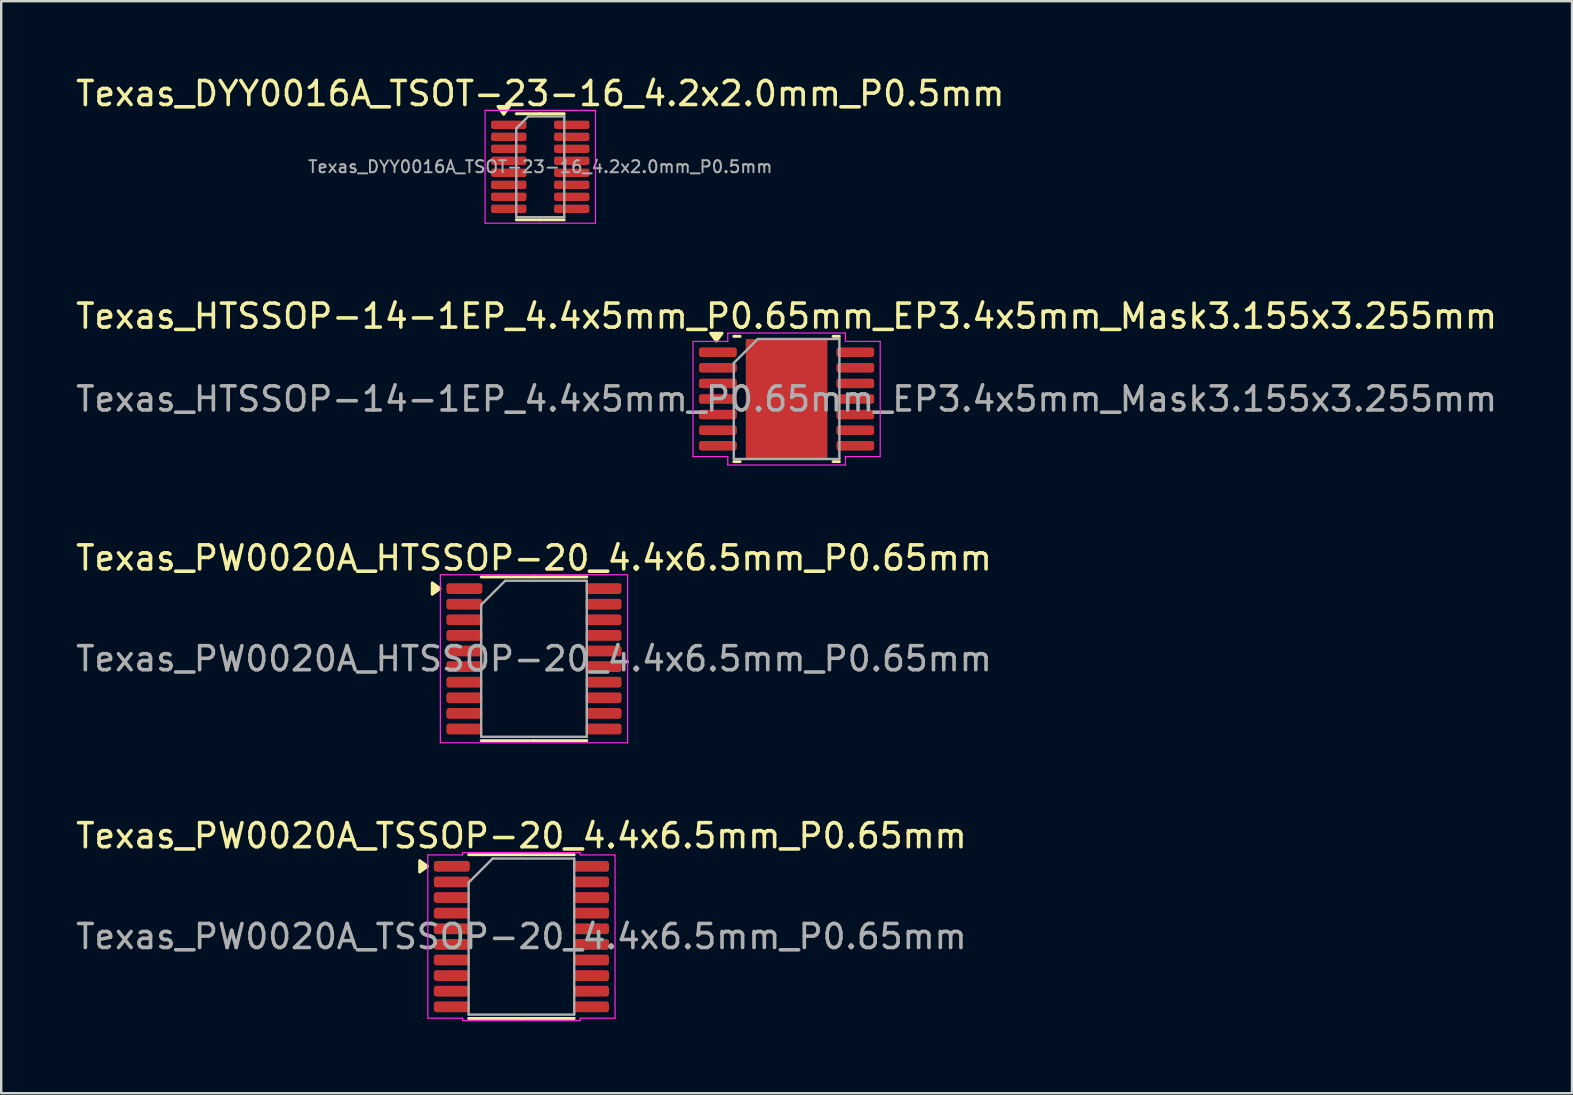
<source format=kicad_pcb>
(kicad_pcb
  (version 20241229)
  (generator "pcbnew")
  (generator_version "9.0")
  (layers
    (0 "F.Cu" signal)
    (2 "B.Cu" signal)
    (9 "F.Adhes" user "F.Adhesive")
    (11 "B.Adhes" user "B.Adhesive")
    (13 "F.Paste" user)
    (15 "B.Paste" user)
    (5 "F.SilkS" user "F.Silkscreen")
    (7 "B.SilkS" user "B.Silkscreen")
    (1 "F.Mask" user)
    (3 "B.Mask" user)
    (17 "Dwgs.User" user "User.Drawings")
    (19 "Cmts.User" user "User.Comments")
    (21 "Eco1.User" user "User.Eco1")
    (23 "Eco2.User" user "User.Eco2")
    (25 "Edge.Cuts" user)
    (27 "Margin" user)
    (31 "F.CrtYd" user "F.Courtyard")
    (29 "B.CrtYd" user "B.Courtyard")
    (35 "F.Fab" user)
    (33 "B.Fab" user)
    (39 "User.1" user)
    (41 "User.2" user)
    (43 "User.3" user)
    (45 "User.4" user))
  (footprint "Texas_PW0020A_TSSOP-20_4.4x6.5mm_P0.65mm"
    (layer "F.Cu")
    (at 18.673 35.968)
    (property "Reference" "Texas_PW0020A_TSSOP-20_4.4x6.5mm_P0.65mm" (at 0 -4.2 0) (layer "F.SilkS") (effects (font (size 1 1) (thickness 0.15))))
    (attr smd)
    (fp_line (start 0 -3.41) (end -2.2 -3.41) (stroke (width 0.12) (type solid)) (layer "F.SilkS"))
    (fp_line (start 0 -3.41) (end 2.2 -3.41) (stroke (width 0.12) (type solid)) (layer "F.SilkS"))
    (fp_line (start 0 3.41) (end -2.2 3.41) (stroke (width 0.12) (type solid)) (layer "F.SilkS"))
    (fp_line (start 0 3.41) (end 2.2 3.41) (stroke (width 0.12) (type solid)) (layer "F.SilkS"))
    (fp_poly (pts (xy -3.91 -2.925) (xy -4.24 -2.685) (xy -4.24 -3.165)) (stroke (width 0.12) (type solid)) (fill yes) (layer "F.SilkS"))
    (fp_line (start -3.9 -3.4) (end -2.45 -3.4) (stroke (width 0.05) (type solid)) (layer "F.CrtYd"))
    (fp_line (start -3.9 3.4) (end -3.9 -3.4) (stroke (width 0.05) (type solid)) (layer "F.CrtYd"))
    (fp_line (start -2.45 -3.5) (end 2.45 -3.5) (stroke (width 0.05) (type solid)) (layer "F.CrtYd"))
    (fp_line (start -2.45 -3.4) (end -2.45 -3.5) (stroke (width 0.05) (type solid)) (layer "F.CrtYd"))
    (fp_line (start -2.45 3.4) (end -3.9 3.4) (stroke (width 0.05) (type solid)) (layer "F.CrtYd"))
    (fp_line (start -2.45 3.5) (end -2.45 3.4) (stroke (width 0.05) (type solid)) (layer "F.CrtYd"))
    (fp_line (start 2.45 -3.5) (end 2.45 -3.4) (stroke (width 0.05) (type solid)) (layer "F.CrtYd"))
    (fp_line (start 2.45 -3.4) (end 3.9 -3.4) (stroke (width 0.05) (type solid)) (layer "F.CrtYd"))
    (fp_line (start 2.45 3.4) (end 2.45 3.5) (stroke (width 0.05) (type solid)) (layer "F.CrtYd"))
    (fp_line (start 2.45 3.5) (end -2.45 3.5) (stroke (width 0.05) (type solid)) (layer "F.CrtYd"))
    (fp_line (start 3.9 -3.4) (end 3.9 3.4) (stroke (width 0.05) (type solid)) (layer "F.CrtYd"))
    (fp_line (start 3.9 3.4) (end 2.45 3.4) (stroke (width 0.05) (type solid)) (layer "F.CrtYd"))
    (fp_line (start -2.2 -2.25) (end -1.2 -3.25) (stroke (width 0.1) (type solid)) (layer "F.Fab"))
    (fp_line (start -2.2 3.25) (end -2.2 -2.25) (stroke (width 0.1) (type solid)) (layer "F.Fab"))
    (fp_line (start -1.2 -3.25) (end 2.2 -3.25) (stroke (width 0.1) (type solid)) (layer "F.Fab"))
    (fp_line (start 2.2 -3.25) (end 2.2 3.25) (stroke (width 0.1) (type solid)) (layer "F.Fab"))
    (fp_line (start 2.2 3.25) (end -2.2 3.25) (stroke (width 0.1) (type solid)) (layer "F.Fab"))
    (fp_text user "${REFERENCE}" (at 0 0 0) (layer "F.Fab") (effects (font (size 1 1) (thickness 0.15))))
    (pad "1" smd roundrect (at -2.9 -2.925) (size 1.5 0.45) (layers "F.Cu" "F.Mask" "F.Paste") (roundrect_rratio 0.25))
    (pad "2" smd roundrect (at -2.9 -2.275) (size 1.5 0.45) (layers "F.Cu" "F.Mask" "F.Paste") (roundrect_rratio 0.25))
    (pad "3" smd roundrect (at -2.9 -1.625) (size 1.5 0.45) (layers "F.Cu" "F.Mask" "F.Paste") (roundrect_rratio 0.25))
    (pad "4" smd roundrect (at -2.9 -0.975) (size 1.5 0.45) (layers "F.Cu" "F.Mask" "F.Paste") (roundrect_rratio 0.25))
    (pad "5" smd roundrect (at -2.9 -0.325) (size 1.5 0.45) (layers "F.Cu" "F.Mask" "F.Paste") (roundrect_rratio 0.25))
    (pad "6" smd roundrect (at -2.9 0.325) (size 1.5 0.45) (layers "F.Cu" "F.Mask" "F.Paste") (roundrect_rratio 0.25))
    (pad "7" smd roundrect (at -2.9 0.975) (size 1.5 0.45) (layers "F.Cu" "F.Mask" "F.Paste") (roundrect_rratio 0.25))
    (pad "8" smd roundrect (at -2.9 1.625) (size 1.5 0.45) (layers "F.Cu" "F.Mask" "F.Paste") (roundrect_rratio 0.25))
    (pad "9" smd roundrect (at -2.9 2.275) (size 1.5 0.45) (layers "F.Cu" "F.Mask" "F.Paste") (roundrect_rratio 0.25))
    (pad "10" smd roundrect (at -2.9 2.925) (size 1.5 0.45) (layers "F.Cu" "F.Mask" "F.Paste") (roundrect_rratio 0.25))
    (pad "11" smd roundrect (at 2.9 2.925) (size 1.5 0.45) (layers "F.Cu" "F.Mask" "F.Paste") (roundrect_rratio 0.25))
    (pad "12" smd roundrect (at 2.9 2.275) (size 1.5 0.45) (layers "F.Cu" "F.Mask" "F.Paste") (roundrect_rratio 0.25))
    (pad "13" smd roundrect (at 2.9 1.625) (size 1.5 0.45) (layers "F.Cu" "F.Mask" "F.Paste") (roundrect_rratio 0.25))
    (pad "14" smd roundrect (at 2.9 0.975) (size 1.5 0.45) (layers "F.Cu" "F.Mask" "F.Paste") (roundrect_rratio 0.25))
    (pad "15" smd roundrect (at 2.9 0.325) (size 1.5 0.45) (layers "F.Cu" "F.Mask" "F.Paste") (roundrect_rratio 0.25))
    (pad "16" smd roundrect (at 2.9 -0.325) (size 1.5 0.45) (layers "F.Cu" "F.Mask" "F.Paste") (roundrect_rratio 0.25))
    (pad "17" smd roundrect (at 2.9 -0.975) (size 1.5 0.45) (layers "F.Cu" "F.Mask" "F.Paste") (roundrect_rratio 0.25))
    (pad "18" smd roundrect (at 2.9 -1.625) (size 1.5 0.45) (layers "F.Cu" "F.Mask" "F.Paste") (roundrect_rratio 0.25))
    (pad "19" smd roundrect (at 2.9 -2.275) (size 1.5 0.45) (layers "F.Cu" "F.Mask" "F.Paste") (roundrect_rratio 0.25))
    (pad "20" smd roundrect (at 2.9 -2.925) (size 1.5 0.45) (layers "F.Cu" "F.Mask" "F.Paste") (roundrect_rratio 0.25)))
  (footprint "Texas_PW0020A_HTSSOP-20_4.4x6.5mm_P0.65mm"
    (layer "F.Cu")
    (at 19.196 24.395)
    (property "Reference" "Texas_PW0020A_HTSSOP-20_4.4x6.5mm_P0.65mm" (at 0 -4.2 0) (layer "F.SilkS") (effects (font (size 1 1) (thickness 0.15))))
    (attr smd)
    (fp_line (start 0 -3.41) (end -2.2 -3.41) (stroke (width 0.12) (type solid)) (layer "F.SilkS"))
    (fp_line (start 0 -3.41) (end 2.2 -3.41) (stroke (width 0.12) (type solid)) (layer "F.SilkS"))
    (fp_line (start 0 3.41) (end -2.2 3.41) (stroke (width 0.12) (type solid)) (layer "F.SilkS"))
    (fp_line (start 0 3.41) (end 2.2 3.41) (stroke (width 0.12) (type solid)) (layer "F.SilkS"))
    (fp_poly (pts (xy -3.91 -2.925) (xy -4.24 -3.165) (xy -4.24 -2.685) (xy -3.91 -2.925)) (stroke (width 0.12) (type solid)) (fill yes) (layer "F.SilkS"))
    (fp_line (start -3.9 -3.5) (end -3.9 3.5) (stroke (width 0.05) (type solid)) (layer "F.CrtYd"))
    (fp_line (start -3.9 3.5) (end 3.9 3.5) (stroke (width 0.05) (type solid)) (layer "F.CrtYd"))
    (fp_line (start 3.9 -3.5) (end -3.9 -3.5) (stroke (width 0.05) (type solid)) (layer "F.CrtYd"))
    (fp_line (start 3.9 3.5) (end 3.9 -3.5) (stroke (width 0.05) (type solid)) (layer "F.CrtYd"))
    (fp_line (start -2.2 -2.25) (end -1.2 -3.25) (stroke (width 0.1) (type solid)) (layer "F.Fab"))
    (fp_line (start -2.2 3.25) (end -2.2 -2.25) (stroke (width 0.1) (type solid)) (layer "F.Fab"))
    (fp_line (start -1.2 -3.25) (end 2.2 -3.25) (stroke (width 0.1) (type solid)) (layer "F.Fab"))
    (fp_line (start 2.2 -3.25) (end 2.2 3.25) (stroke (width 0.1) (type solid)) (layer "F.Fab"))
    (fp_line (start 2.2 3.25) (end -2.2 3.25) (stroke (width 0.1) (type solid)) (layer "F.Fab"))
    (fp_text user "${REFERENCE}" (at 0 0 0) (layer "F.Fab") (effects (font (size 1 1) (thickness 0.15))))
    (pad "1" smd roundrect (at -2.9 -2.925) (size 1.5 0.45) (layers "F.Cu" "F.Mask" "F.Paste") (roundrect_rratio 0.25))
    (pad "2" smd roundrect (at -2.9 -2.275) (size 1.5 0.45) (layers "F.Cu" "F.Mask" "F.Paste") (roundrect_rratio 0.25))
    (pad "3" smd roundrect (at -2.9 -1.625) (size 1.5 0.45) (layers "F.Cu" "F.Mask" "F.Paste") (roundrect_rratio 0.25))
    (pad "4" smd roundrect (at -2.9 -0.975) (size 1.5 0.45) (layers "F.Cu" "F.Mask" "F.Paste") (roundrect_rratio 0.25))
    (pad "5" smd roundrect (at -2.9 -0.325) (size 1.5 0.45) (layers "F.Cu" "F.Mask" "F.Paste") (roundrect_rratio 0.25))
    (pad "6" smd roundrect (at -2.9 0.325) (size 1.5 0.45) (layers "F.Cu" "F.Mask" "F.Paste") (roundrect_rratio 0.25))
    (pad "7" smd roundrect (at -2.9 0.975) (size 1.5 0.45) (layers "F.Cu" "F.Mask" "F.Paste") (roundrect_rratio 0.25))
    (pad "8" smd roundrect (at -2.9 1.625) (size 1.5 0.45) (layers "F.Cu" "F.Mask" "F.Paste") (roundrect_rratio 0.25))
    (pad "9" smd roundrect (at -2.9 2.275) (size 1.5 0.45) (layers "F.Cu" "F.Mask" "F.Paste") (roundrect_rratio 0.25))
    (pad "10" smd roundrect (at -2.9 2.925) (size 1.5 0.45) (layers "F.Cu" "F.Mask" "F.Paste") (roundrect_rratio 0.25))
    (pad "11" smd roundrect (at 2.9 2.925) (size 1.5 0.45) (layers "F.Cu" "F.Mask" "F.Paste") (roundrect_rratio 0.25))
    (pad "12" smd roundrect (at 2.9 2.275) (size 1.5 0.45) (layers "F.Cu" "F.Mask" "F.Paste") (roundrect_rratio 0.25))
    (pad "13" smd roundrect (at 2.9 1.625) (size 1.5 0.45) (layers "F.Cu" "F.Mask" "F.Paste") (roundrect_rratio 0.25))
    (pad "14" smd roundrect (at 2.9 0.975) (size 1.5 0.45) (layers "F.Cu" "F.Mask" "F.Paste") (roundrect_rratio 0.25))
    (pad "15" smd roundrect (at 2.9 0.325) (size 1.5 0.45) (layers "F.Cu" "F.Mask" "F.Paste") (roundrect_rratio 0.25))
    (pad "16" smd roundrect (at 2.9 -0.325) (size 1.5 0.45) (layers "F.Cu" "F.Mask" "F.Paste") (roundrect_rratio 0.25))
    (pad "17" smd roundrect (at 2.9 -0.975) (size 1.5 0.45) (layers "F.Cu" "F.Mask" "F.Paste") (roundrect_rratio 0.25))
    (pad "18" smd roundrect (at 2.9 -1.625) (size 1.5 0.45) (layers "F.Cu" "F.Mask" "F.Paste") (roundrect_rratio 0.25))
    (pad "19" smd roundrect (at 2.9 -2.275) (size 1.5 0.45) (layers "F.Cu" "F.Mask" "F.Paste") (roundrect_rratio 0.25))
    (pad "20" smd roundrect (at 2.9 -2.925) (size 1.5 0.45) (layers "F.Cu" "F.Mask" "F.Paste") (roundrect_rratio 0.25)))
  (footprint "Texas_HTSSOP-14-1EP_4.4x5mm_P0.65mm_EP3.4x5mm_Mask3.155x3.255mm"
    (layer "F.Cu")
    (at 29.72 13.572)
    (property "Reference" "Texas_HTSSOP-14-1EP_4.4x5mm_P0.65mm_EP3.4x5mm_Mask3.155x3.255mm" (at 0 -3.45 0) (layer "F.SilkS") (effects (font (size 1 1) (thickness 0.15))))
    (attr smd)
    (fp_line (start -1.936 -2.61) (end -2.2 -2.61) (stroke (width 0.12) (type solid)) (layer "F.SilkS"))
    (fp_line (start -1.936 2.61) (end -2.2 2.61) (stroke (width 0.12) (type solid)) (layer "F.SilkS"))
    (fp_line (start 1.936 -2.61) (end 2.2 -2.61) (stroke (width 0.12) (type solid)) (layer "F.SilkS"))
    (fp_line (start 1.936 2.61) (end 2.2 2.61) (stroke (width 0.12) (type solid)) (layer "F.SilkS"))
    (fp_poly (pts (xy -2.925 -2.41) (xy -3.165 -2.74) (xy -2.685 -2.74)) (stroke (width 0.12) (type solid)) (fill yes) (layer "F.SilkS"))
    (fp_line (start -3.9 -2.4) (end -2.45 -2.4) (stroke (width 0.05) (type solid)) (layer "F.CrtYd"))
    (fp_line (start -3.9 2.4) (end -3.9 -2.4) (stroke (width 0.05) (type solid)) (layer "F.CrtYd"))
    (fp_line (start -2.45 -2.75) (end 2.45 -2.75) (stroke (width 0.05) (type solid)) (layer "F.CrtYd"))
    (fp_line (start -2.45 -2.4) (end -2.45 -2.75) (stroke (width 0.05) (type solid)) (layer "F.CrtYd"))
    (fp_line (start -2.45 2.4) (end -3.9 2.4) (stroke (width 0.05) (type solid)) (layer "F.CrtYd"))
    (fp_line (start -2.45 2.75) (end -2.45 2.4) (stroke (width 0.05) (type solid)) (layer "F.CrtYd"))
    (fp_line (start 2.45 -2.75) (end 2.45 -2.4) (stroke (width 0.05) (type solid)) (layer "F.CrtYd"))
    (fp_line (start 2.45 -2.4) (end 3.9 -2.4) (stroke (width 0.05) (type solid)) (layer "F.CrtYd"))
    (fp_line (start 2.45 2.4) (end 2.45 2.75) (stroke (width 0.05) (type solid)) (layer "F.CrtYd"))
    (fp_line (start 2.45 2.75) (end -2.45 2.75) (stroke (width 0.05) (type solid)) (layer "F.CrtYd"))
    (fp_line (start 3.9 -2.4) (end 3.9 2.4) (stroke (width 0.05) (type solid)) (layer "F.CrtYd"))
    (fp_line (start 3.9 2.4) (end 2.45 2.4) (stroke (width 0.05) (type solid)) (layer "F.CrtYd"))
    (fp_line (start -2.2 -1.5) (end -1.2 -2.5) (stroke (width 0.1) (type solid)) (layer "F.Fab"))
    (fp_line (start -2.2 2.5) (end -2.2 -1.5) (stroke (width 0.1) (type solid)) (layer "F.Fab"))
    (fp_line (start -1.2 -2.5) (end 2.2 -2.5) (stroke (width 0.1) (type solid)) (layer "F.Fab"))
    (fp_line (start 2.2 -2.5) (end 2.2 2.5) (stroke (width 0.1) (type solid)) (layer "F.Fab"))
    (fp_line (start 2.2 2.5) (end -2.2 2.5) (stroke (width 0.1) (type solid)) (layer "F.Fab"))
    (fp_text user "${REFERENCE}" (at 0 0 0) (layer "F.Fab") (effects (font (size 1 1) (thickness 0.15))))
    (pad "" smd roundrect (at -0.79 -0.815) (size 1.27 1.31) (layers "F.Paste") (roundrect_rratio 0.197))
    (pad "" smd roundrect (at -0.79 0.815) (size 1.27 1.31) (layers "F.Paste") (roundrect_rratio 0.197))
    (pad "" smd rect (at 0 0) (size 3.155 3.255) (layers "F.Mask"))
    (pad "" smd roundrect (at 0.79 -0.815) (size 1.27 1.31) (layers "F.Paste") (roundrect_rratio 0.197))
    (pad "" smd roundrect (at 0.79 0.815) (size 1.27 1.31) (layers "F.Paste") (roundrect_rratio 0.197))
    (pad "1" smd roundrect (at -2.862 -1.95) (size 1.575 0.4) (layers "F.Cu" "F.Mask" "F.Paste") (roundrect_rratio 0.25))
    (pad "2" smd roundrect (at -2.862 -1.3) (size 1.575 0.4) (layers "F.Cu" "F.Mask" "F.Paste") (roundrect_rratio 0.25))
    (pad "3" smd roundrect (at -2.862 -0.65) (size 1.575 0.4) (layers "F.Cu" "F.Mask" "F.Paste") (roundrect_rratio 0.25))
    (pad "4" smd roundrect (at -2.862 0) (size 1.575 0.4) (layers "F.Cu" "F.Mask" "F.Paste") (roundrect_rratio 0.25))
    (pad "5" smd roundrect (at -2.862 0.65) (size 1.575 0.4) (layers "F.Cu" "F.Mask" "F.Paste") (roundrect_rratio 0.25))
    (pad "6" smd roundrect (at -2.862 1.3) (size 1.575 0.4) (layers "F.Cu" "F.Mask" "F.Paste") (roundrect_rratio 0.25))
    (pad "7" smd roundrect (at -2.862 1.95) (size 1.575 0.4) (layers "F.Cu" "F.Mask" "F.Paste") (roundrect_rratio 0.25))
    (pad "8" smd roundrect (at 2.862 1.95) (size 1.575 0.4) (layers "F.Cu" "F.Mask" "F.Paste") (roundrect_rratio 0.25))
    (pad "9" smd roundrect (at 2.862 1.3) (size 1.575 0.4) (layers "F.Cu" "F.Mask" "F.Paste") (roundrect_rratio 0.25))
    (pad "10" smd roundrect (at 2.862 0.65) (size 1.575 0.4) (layers "F.Cu" "F.Mask" "F.Paste") (roundrect_rratio 0.25))
    (pad "11" smd roundrect (at 2.862 0) (size 1.575 0.4) (layers "F.Cu" "F.Mask" "F.Paste") (roundrect_rratio 0.25))
    (pad "12" smd roundrect (at 2.862 -0.65) (size 1.575 0.4) (layers "F.Cu" "F.Mask" "F.Paste") (roundrect_rratio 0.25))
    (pad "13" smd roundrect (at 2.862 -1.3) (size 1.575 0.4) (layers "F.Cu" "F.Mask" "F.Paste") (roundrect_rratio 0.25))
    (pad "14" smd roundrect (at 2.862 -1.95) (size 1.575 0.4) (layers "F.Cu" "F.Mask" "F.Paste") (roundrect_rratio 0.25))
    (pad "15" smd rect (at 0 0) (size 3.4 5) (property pad_prop_heatsink) (layers "F.Cu")))
  (footprint "Texas_DYY0016A_TSOT-23-16_4.2x2.0mm_P0.5mm"
    (layer "F.Cu")
    (at 19.458 3.898)
    (property "Reference" "Texas_DYY0016A_TSOT-23-16_4.2x2.0mm_P0.5mm" (at 0 -3.05 0) (layer "F.SilkS") (effects (font (size 1 1) (thickness 0.15))))
    (attr smd)
    (fp_line (start 0 -2.21) (end -1 -2.21) (stroke (width 0.12) (type solid)) (layer "F.SilkS"))
    (fp_line (start 0 -2.21) (end 1 -2.21) (stroke (width 0.12) (type solid)) (layer "F.SilkS"))
    (fp_line (start 0 2.21) (end -1 2.21) (stroke (width 0.12) (type solid)) (layer "F.SilkS"))
    (fp_line (start 0 2.21) (end 1 2.21) (stroke (width 0.12) (type solid)) (layer "F.SilkS"))
    (fp_poly (pts (xy -1.525 -2.185) (xy -1.765 -2.515) (xy -1.285 -2.515) (xy -1.525 -2.185)) (stroke (width 0.12) (type solid)) (fill yes) (layer "F.SilkS"))
    (fp_line (start -2.3 -2.35) (end -2.3 2.35) (stroke (width 0.05) (type solid)) (layer "F.CrtYd"))
    (fp_line (start -2.3 2.35) (end 2.3 2.35) (stroke (width 0.05) (type solid)) (layer "F.CrtYd"))
    (fp_line (start 2.3 -2.35) (end -2.3 -2.35) (stroke (width 0.05) (type solid)) (layer "F.CrtYd"))
    (fp_line (start 2.3 2.35) (end 2.3 -2.35) (stroke (width 0.05) (type solid)) (layer "F.CrtYd"))
    (fp_line (start -1 -1.6) (end -0.5 -2.1) (stroke (width 0.1) (type solid)) (layer "F.Fab"))
    (fp_line (start -1 2.1) (end -1 -1.6) (stroke (width 0.1) (type solid)) (layer "F.Fab"))
    (fp_line (start -0.5 -2.1) (end 1 -2.1) (stroke (width 0.1) (type solid)) (layer "F.Fab"))
    (fp_line (start 1 -2.1) (end 1 2.1) (stroke (width 0.1) (type solid)) (layer "F.Fab"))
    (fp_line (start 1 2.1) (end -1 2.1) (stroke (width 0.1) (type solid)) (layer "F.Fab"))
    (fp_text user "${REFERENCE}" (at 0 0 0) (layer "F.Fab") (effects (font (size 0.5 0.5) (thickness 0.08))))
    (pad "1" smd roundrect (at -1.312 -1.75) (size 1.475 0.35) (layers "F.Cu" "F.Mask" "F.Paste") (roundrect_rratio 0.25))
    (pad "2" smd roundrect (at -1.312 -1.25) (size 1.475 0.35) (layers "F.Cu" "F.Mask" "F.Paste") (roundrect_rratio 0.25))
    (pad "3" smd roundrect (at -1.312 -0.75) (size 1.475 0.35) (layers "F.Cu" "F.Mask" "F.Paste") (roundrect_rratio 0.25))
    (pad "4" smd roundrect (at -1.312 -0.25) (size 1.475 0.35) (layers "F.Cu" "F.Mask" "F.Paste") (roundrect_rratio 0.25))
    (pad "5" smd roundrect (at -1.312 0.25) (size 1.475 0.35) (layers "F.Cu" "F.Mask" "F.Paste") (roundrect_rratio 0.25))
    (pad "6" smd roundrect (at -1.312 0.75) (size 1.475 0.35) (layers "F.Cu" "F.Mask" "F.Paste") (roundrect_rratio 0.25))
    (pad "7" smd roundrect (at -1.312 1.25) (size 1.475 0.35) (layers "F.Cu" "F.Mask" "F.Paste") (roundrect_rratio 0.25))
    (pad "8" smd roundrect (at -1.312 1.75) (size 1.475 0.35) (layers "F.Cu" "F.Mask" "F.Paste") (roundrect_rratio 0.25))
    (pad "9" smd roundrect (at 1.312 1.75) (size 1.475 0.35) (layers "F.Cu" "F.Mask" "F.Paste") (roundrect_rratio 0.25))
    (pad "10" smd roundrect (at 1.312 1.25) (size 1.475 0.35) (layers "F.Cu" "F.Mask" "F.Paste") (roundrect_rratio 0.25))
    (pad "11" smd roundrect (at 1.312 0.75) (size 1.475 0.35) (layers "F.Cu" "F.Mask" "F.Paste") (roundrect_rratio 0.25))
    (pad "12" smd roundrect (at 1.312 0.25) (size 1.475 0.35) (layers "F.Cu" "F.Mask" "F.Paste") (roundrect_rratio 0.25))
    (pad "13" smd roundrect (at 1.312 -0.25) (size 1.475 0.35) (layers "F.Cu" "F.Mask" "F.Paste") (roundrect_rratio 0.25))
    (pad "14" smd roundrect (at 1.312 -0.75) (size 1.475 0.35) (layers "F.Cu" "F.Mask" "F.Paste") (roundrect_rratio 0.25))
    (pad "15" smd roundrect (at 1.312 -1.25) (size 1.475 0.35) (layers "F.Cu" "F.Mask" "F.Paste") (roundrect_rratio 0.25))
    (pad "16" smd roundrect (at 1.312 -1.75) (size 1.475 0.35) (layers "F.Cu" "F.Mask" "F.Paste") (roundrect_rratio 0.25)))
  (gr_rect
    (start -3 -3)
    (end 62.44 42.493)
    (stroke (width 0.1) (type default))
    (fill no)
    (layer "Edge.Cuts")))
</source>
